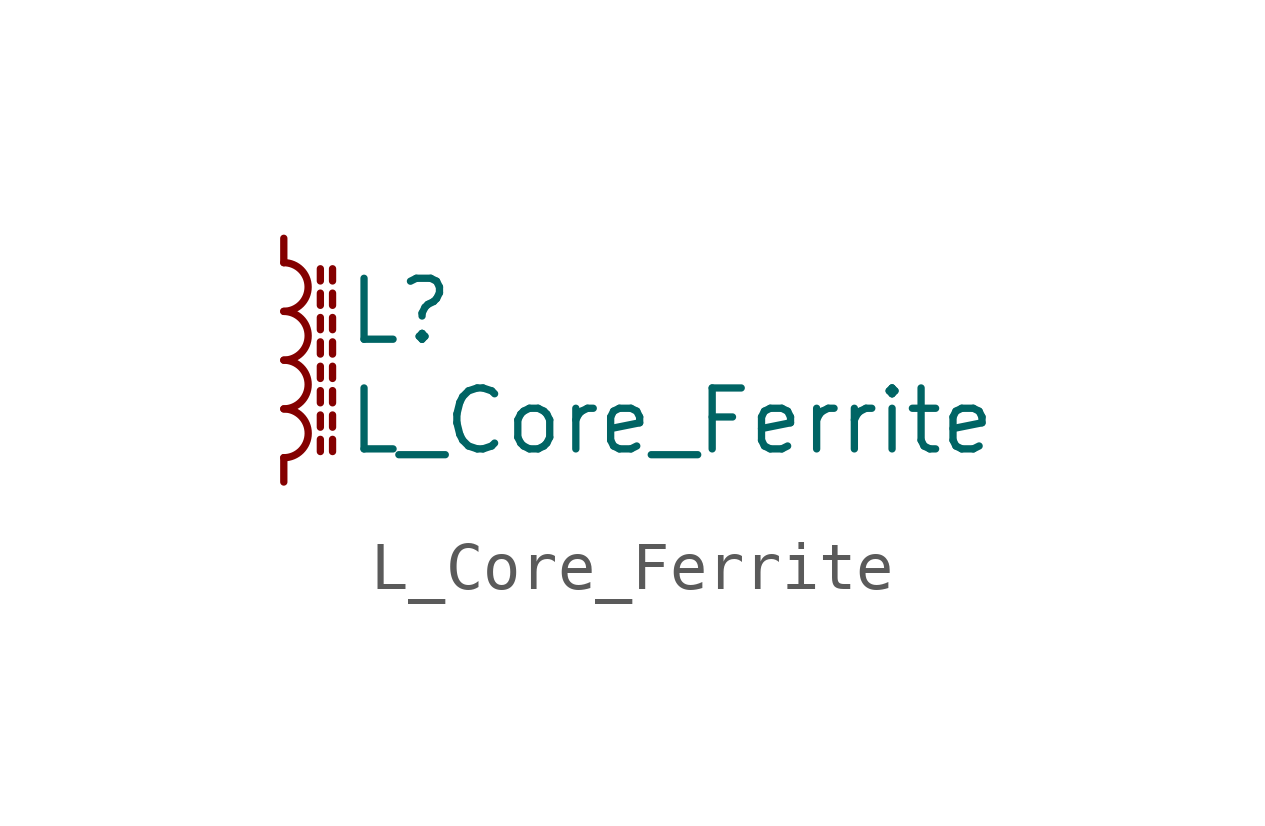
<source format=kicad_sym>
(kicad_symbol_lib
  (version 20220914)
  (generator kicad_symbol_editor)
  (symbol "L_Core_Ferrite"
    (pin_numbers hide)
    (pin_names
      (offset 0.254) hide)
    (property "Reference" "L"
      (at 1.27 1.016 0)
      (effects (font (size 1.27 1.27)) (justify left)))
    (property "Value" "L_Core_Ferrite"
      (at 1.27 -1.27 0)
      (effects (font (size 1.27 1.27)) (justify left)))
    (symbol "L_Core_Ferrite_0_1"
      (arc (start 0 -2.032) (mid 0.5058 -1.524) (end 0 -1.016) (stroke (width 0) (type default)) (fill (type none)))
      (arc (start 0 -1.016) (mid 0.5058 -0.508) (end 0 0) (stroke (width 0) (type default)) (fill (type none)))
      (polyline (pts (xy 0.762 -1.905) (xy 0.762 -1.651)) (stroke (width 0) (type default)) (fill (type none)))
      (polyline (pts (xy 0.762 -1.397) (xy 0.762 -1.143)) (stroke (width 0) (type default)) (fill (type none)))
      (polyline (pts (xy 0.762 -0.889) (xy 0.762 -0.635)) (stroke (width 0) (type default)) (fill (type none)))
      (polyline (pts (xy 0.762 -0.381) (xy 0.762 -0.127)) (stroke (width 0) (type default)) (fill (type none)))
      (polyline (pts (xy 0.762 0.127) (xy 0.762 0.381)) (stroke (width 0) (type default)) (fill (type none)))
      (polyline (pts (xy 0.762 0.635) (xy 0.762 0.889)) (stroke (width 0) (type default)) (fill (type none)))
      (polyline (pts (xy 0.762 1.143) (xy 0.762 1.397)) (stroke (width 0) (type default)) (fill (type none)))
      (polyline (pts (xy 0.762 1.651) (xy 0.762 1.905)) (stroke (width 0) (type default)) (fill (type none)))
      (polyline (pts (xy 1.016 -1.651) (xy 1.016 -1.905)) (stroke (width 0) (type default)) (fill (type none)))
      (polyline (pts (xy 1.016 -1.143) (xy 1.016 -1.397)) (stroke (width 0) (type default)) (fill (type none)))
      (polyline (pts (xy 1.016 -0.635) (xy 1.016 -0.889)) (stroke (width 0) (type default)) (fill (type none)))
      (polyline (pts (xy 1.016 -0.127) (xy 1.016 -0.381)) (stroke (width 0) (type default)) (fill (type none)))
      (polyline (pts (xy 1.016 0.381) (xy 1.016 0.127)) (stroke (width 0) (type default)) (fill (type none)))
      (polyline (pts (xy 1.016 0.889) (xy 1.016 0.635)) (stroke (width 0) (type default)) (fill (type none)))
      (polyline (pts (xy 1.016 1.397) (xy 1.016 1.143)) (stroke (width 0) (type default)) (fill (type none)))
      (polyline (pts (xy 1.016 1.905) (xy 1.016 1.651)) (stroke (width 0) (type default)) (fill (type none)))
      (arc (start 0 0) (mid 0.5058 0.508) (end 0 1.016) (stroke (width 0) (type default)) (fill (type none)))
      (arc (start 0 1.016) (mid 0.5058 1.524) (end 0 2.032) (stroke (width 0) (type default)) (fill (type none))))
    (symbol "L_Core_Ferrite_1_1"
      (pin passive line (at 0 2.54 270) (length 0.508) (name "~" (effects (font (size 1.27 1.27)))) (number "1" (effects (font (size 1.27 1.27)))))
      (pin passive line (at 0 -2.54 90) (length 0.508) (name "~" (effects (font (size 1.27 1.27)))) (number "2" (effects (font (size 1.27 1.27))))))))
</source>
